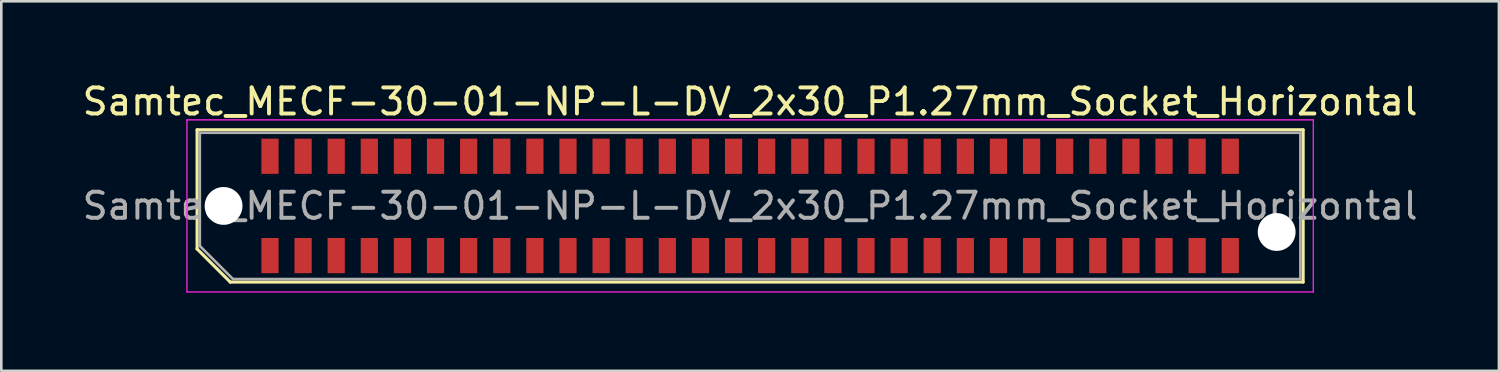
<source format=kicad_pcb>
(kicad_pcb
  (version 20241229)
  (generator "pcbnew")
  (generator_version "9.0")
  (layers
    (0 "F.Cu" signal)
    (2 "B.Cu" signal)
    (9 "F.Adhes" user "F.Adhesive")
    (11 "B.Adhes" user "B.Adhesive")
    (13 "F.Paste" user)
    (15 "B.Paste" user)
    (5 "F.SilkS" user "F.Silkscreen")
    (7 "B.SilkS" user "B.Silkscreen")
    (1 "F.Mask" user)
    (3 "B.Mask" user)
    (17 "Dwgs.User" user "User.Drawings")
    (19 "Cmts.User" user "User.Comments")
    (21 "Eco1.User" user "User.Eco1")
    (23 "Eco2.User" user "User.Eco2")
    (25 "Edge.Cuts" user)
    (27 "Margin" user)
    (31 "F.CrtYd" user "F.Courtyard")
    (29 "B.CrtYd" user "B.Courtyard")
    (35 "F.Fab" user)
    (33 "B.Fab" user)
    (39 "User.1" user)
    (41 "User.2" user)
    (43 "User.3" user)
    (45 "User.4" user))
  (footprint "Samtec_MECF-30-01-NP-L-DV_2x30_P1.27mm_Socket_Horizontal"
    (layer "F.Cu")
    (at 25.72 4.848)
    (property "Reference" "Samtec_MECF-30-01-NP-L-DV_2x30_P1.27mm_Socket_Horizontal" (at 0 -4 0) (layer "F.SilkS") (effects (font (size 1 1) (thickness 0.15))))
    (attr smd)
    (fp_line (start -21.21 -2.92) (end 21.21 -2.92) (stroke (width 0.12) (type solid)) (layer "F.SilkS"))
    (fp_line (start -21.21 1.65) (end -21.21 -2.92) (stroke (width 0.12) (type solid)) (layer "F.SilkS"))
    (fp_line (start -19.94 2.92) (end -21.21 1.65) (stroke (width 0.12) (type solid)) (layer "F.SilkS"))
    (fp_line (start -19.94 2.92) (end 21.21 2.92) (stroke (width 0.12) (type solid)) (layer "F.SilkS"))
    (fp_line (start 21.21 2.92) (end 21.21 -2.92) (stroke (width 0.12) (type solid)) (layer "F.SilkS"))
    (fp_line (start -21.6 -3.3) (end -21.6 3.3) (stroke (width 0.05) (type solid)) (layer "F.CrtYd"))
    (fp_line (start -21.6 3.3) (end 21.6 3.3) (stroke (width 0.05) (type solid)) (layer "F.CrtYd"))
    (fp_line (start 21.6 -3.3) (end -21.6 -3.3) (stroke (width 0.05) (type solid)) (layer "F.CrtYd"))
    (fp_line (start 21.6 3.3) (end 21.6 -3.3) (stroke (width 0.05) (type solid)) (layer "F.CrtYd"))
    (fp_line (start -21.105 -2.805) (end 21.105 -2.805) (stroke (width 0.1) (type solid)) (layer "F.Fab"))
    (fp_line (start -21.105 1.535) (end -21.105 -2.805) (stroke (width 0.1) (type solid)) (layer "F.Fab"))
    (fp_line (start -21.105 1.535) (end -19.835 2.805) (stroke (width 0.1) (type solid)) (layer "F.Fab"))
    (fp_line (start -19.835 2.805) (end 21.105 2.805) (stroke (width 0.1) (type solid)) (layer "F.Fab"))
    (fp_line (start 21.105 2.805) (end 21.105 -2.805) (stroke (width 0.1) (type solid)) (layer "F.Fab"))
    (fp_text user "${REFERENCE}" (at 0 0 0) (layer "F.Fab") (effects (font (size 1 1) (thickness 0.15))))
    (pad "" np_thru_hole circle (at -20.195 0) (size 1.45 1.45) (drill 1.45) (layers "*.Cu" "*.Mask"))
    (pad "" np_thru_hole circle (at 20.195 1) (size 1.45 1.45) (drill 1.45) (layers "*.Cu" "*.Mask"))
    (pad "1" smd rect (at -18.415 1.905) (size 0.66 1.35) (layers "F.Cu" "F.Mask" "F.Paste"))
    (pad "2" smd rect (at -18.415 -1.905) (size 0.66 1.35) (layers "F.Cu" "F.Mask" "F.Paste"))
    (pad "3" smd rect (at -17.145 1.905) (size 0.66 1.35) (layers "F.Cu" "F.Mask" "F.Paste"))
    (pad "4" smd rect (at -17.145 -1.905) (size 0.66 1.35) (layers "F.Cu" "F.Mask" "F.Paste"))
    (pad "5" smd rect (at -15.875 1.905) (size 0.66 1.35) (layers "F.Cu" "F.Mask" "F.Paste"))
    (pad "6" smd rect (at -15.875 -1.905) (size 0.66 1.35) (layers "F.Cu" "F.Mask" "F.Paste"))
    (pad "7" smd rect (at -14.605 1.905) (size 0.66 1.35) (layers "F.Cu" "F.Mask" "F.Paste"))
    (pad "8" smd rect (at -14.605 -1.905) (size 0.66 1.35) (layers "F.Cu" "F.Mask" "F.Paste"))
    (pad "9" smd rect (at -13.335 1.905) (size 0.66 1.35) (layers "F.Cu" "F.Mask" "F.Paste"))
    (pad "10" smd rect (at -13.335 -1.905) (size 0.66 1.35) (layers "F.Cu" "F.Mask" "F.Paste"))
    (pad "11" smd rect (at -12.065 1.905) (size 0.66 1.35) (layers "F.Cu" "F.Mask" "F.Paste"))
    (pad "12" smd rect (at -12.065 -1.905) (size 0.66 1.35) (layers "F.Cu" "F.Mask" "F.Paste"))
    (pad "13" smd rect (at -10.795 1.905) (size 0.66 1.35) (layers "F.Cu" "F.Mask" "F.Paste"))
    (pad "14" smd rect (at -10.795 -1.905) (size 0.66 1.35) (layers "F.Cu" "F.Mask" "F.Paste"))
    (pad "15" smd rect (at -9.525 1.905) (size 0.66 1.35) (layers "F.Cu" "F.Mask" "F.Paste"))
    (pad "16" smd rect (at -9.525 -1.905) (size 0.66 1.35) (layers "F.Cu" "F.Mask" "F.Paste"))
    (pad "17" smd rect (at -8.255 1.905) (size 0.66 1.35) (layers "F.Cu" "F.Mask" "F.Paste"))
    (pad "18" smd rect (at -8.255 -1.905) (size 0.66 1.35) (layers "F.Cu" "F.Mask" "F.Paste"))
    (pad "19" smd rect (at -6.985 1.905) (size 0.66 1.35) (layers "F.Cu" "F.Mask" "F.Paste"))
    (pad "20" smd rect (at -6.985 -1.905) (size 0.66 1.35) (layers "F.Cu" "F.Mask" "F.Paste"))
    (pad "21" smd rect (at -5.715 1.905) (size 0.66 1.35) (layers "F.Cu" "F.Mask" "F.Paste"))
    (pad "22" smd rect (at -5.715 -1.905) (size 0.66 1.35) (layers "F.Cu" "F.Mask" "F.Paste"))
    (pad "23" smd rect (at -4.445 1.905) (size 0.66 1.35) (layers "F.Cu" "F.Mask" "F.Paste"))
    (pad "24" smd rect (at -4.445 -1.905) (size 0.66 1.35) (layers "F.Cu" "F.Mask" "F.Paste"))
    (pad "25" smd rect (at -3.175 1.905) (size 0.66 1.35) (layers "F.Cu" "F.Mask" "F.Paste"))
    (pad "26" smd rect (at -3.175 -1.905) (size 0.66 1.35) (layers "F.Cu" "F.Mask" "F.Paste"))
    (pad "27" smd rect (at -1.905 1.905) (size 0.66 1.35) (layers "F.Cu" "F.Mask" "F.Paste"))
    (pad "28" smd rect (at -1.905 -1.905) (size 0.66 1.35) (layers "F.Cu" "F.Mask" "F.Paste"))
    (pad "29" smd rect (at -0.635 1.905) (size 0.66 1.35) (layers "F.Cu" "F.Mask" "F.Paste"))
    (pad "30" smd rect (at -0.635 -1.905) (size 0.66 1.35) (layers "F.Cu" "F.Mask" "F.Paste"))
    (pad "31" smd rect (at 0.635 1.905) (size 0.66 1.35) (layers "F.Cu" "F.Mask" "F.Paste"))
    (pad "32" smd rect (at 0.635 -1.905) (size 0.66 1.35) (layers "F.Cu" "F.Mask" "F.Paste"))
    (pad "33" smd rect (at 1.905 1.905) (size 0.66 1.35) (layers "F.Cu" "F.Mask" "F.Paste"))
    (pad "34" smd rect (at 1.905 -1.905) (size 0.66 1.35) (layers "F.Cu" "F.Mask" "F.Paste"))
    (pad "35" smd rect (at 3.175 1.905) (size 0.66 1.35) (layers "F.Cu" "F.Mask" "F.Paste"))
    (pad "36" smd rect (at 3.175 -1.905) (size 0.66 1.35) (layers "F.Cu" "F.Mask" "F.Paste"))
    (pad "37" smd rect (at 4.445 1.905) (size 0.66 1.35) (layers "F.Cu" "F.Mask" "F.Paste"))
    (pad "38" smd rect (at 4.445 -1.905) (size 0.66 1.35) (layers "F.Cu" "F.Mask" "F.Paste"))
    (pad "39" smd rect (at 5.715 1.905) (size 0.66 1.35) (layers "F.Cu" "F.Mask" "F.Paste"))
    (pad "40" smd rect (at 5.715 -1.905) (size 0.66 1.35) (layers "F.Cu" "F.Mask" "F.Paste"))
    (pad "41" smd rect (at 6.985 1.905) (size 0.66 1.35) (layers "F.Cu" "F.Mask" "F.Paste"))
    (pad "42" smd rect (at 6.985 -1.905) (size 0.66 1.35) (layers "F.Cu" "F.Mask" "F.Paste"))
    (pad "43" smd rect (at 8.255 1.905) (size 0.66 1.35) (layers "F.Cu" "F.Mask" "F.Paste"))
    (pad "44" smd rect (at 8.255 -1.905) (size 0.66 1.35) (layers "F.Cu" "F.Mask" "F.Paste"))
    (pad "45" smd rect (at 9.525 1.905) (size 0.66 1.35) (layers "F.Cu" "F.Mask" "F.Paste"))
    (pad "46" smd rect (at 9.525 -1.905) (size 0.66 1.35) (layers "F.Cu" "F.Mask" "F.Paste"))
    (pad "47" smd rect (at 10.795 1.905) (size 0.66 1.35) (layers "F.Cu" "F.Mask" "F.Paste"))
    (pad "48" smd rect (at 10.795 -1.905) (size 0.66 1.35) (layers "F.Cu" "F.Mask" "F.Paste"))
    (pad "49" smd rect (at 12.065 1.905) (size 0.66 1.35) (layers "F.Cu" "F.Mask" "F.Paste"))
    (pad "50" smd rect (at 12.065 -1.905) (size 0.66 1.35) (layers "F.Cu" "F.Mask" "F.Paste"))
    (pad "51" smd rect (at 13.335 1.905) (size 0.66 1.35) (layers "F.Cu" "F.Mask" "F.Paste"))
    (pad "52" smd rect (at 13.335 -1.905) (size 0.66 1.35) (layers "F.Cu" "F.Mask" "F.Paste"))
    (pad "53" smd rect (at 14.605 1.905) (size 0.66 1.35) (layers "F.Cu" "F.Mask" "F.Paste"))
    (pad "54" smd rect (at 14.605 -1.905) (size 0.66 1.35) (layers "F.Cu" "F.Mask" "F.Paste"))
    (pad "55" smd rect (at 15.875 1.905) (size 0.66 1.35) (layers "F.Cu" "F.Mask" "F.Paste"))
    (pad "56" smd rect (at 15.875 -1.905) (size 0.66 1.35) (layers "F.Cu" "F.Mask" "F.Paste"))
    (pad "57" smd rect (at 17.145 1.905) (size 0.66 1.35) (layers "F.Cu" "F.Mask" "F.Paste"))
    (pad "58" smd rect (at 17.145 -1.905) (size 0.66 1.35) (layers "F.Cu" "F.Mask" "F.Paste"))
    (pad "59" smd rect (at 18.415 1.905) (size 0.66 1.35) (layers "F.Cu" "F.Mask" "F.Paste"))
    (pad "60" smd rect (at 18.415 -1.905) (size 0.66 1.35) (layers "F.Cu" "F.Mask" "F.Paste")))
  (gr_rect
    (start -3 -3)
    (end 54.44 11.173)
    (stroke (width 0.1) (type default))
    (fill no)
    (layer "Edge.Cuts")))
</source>
